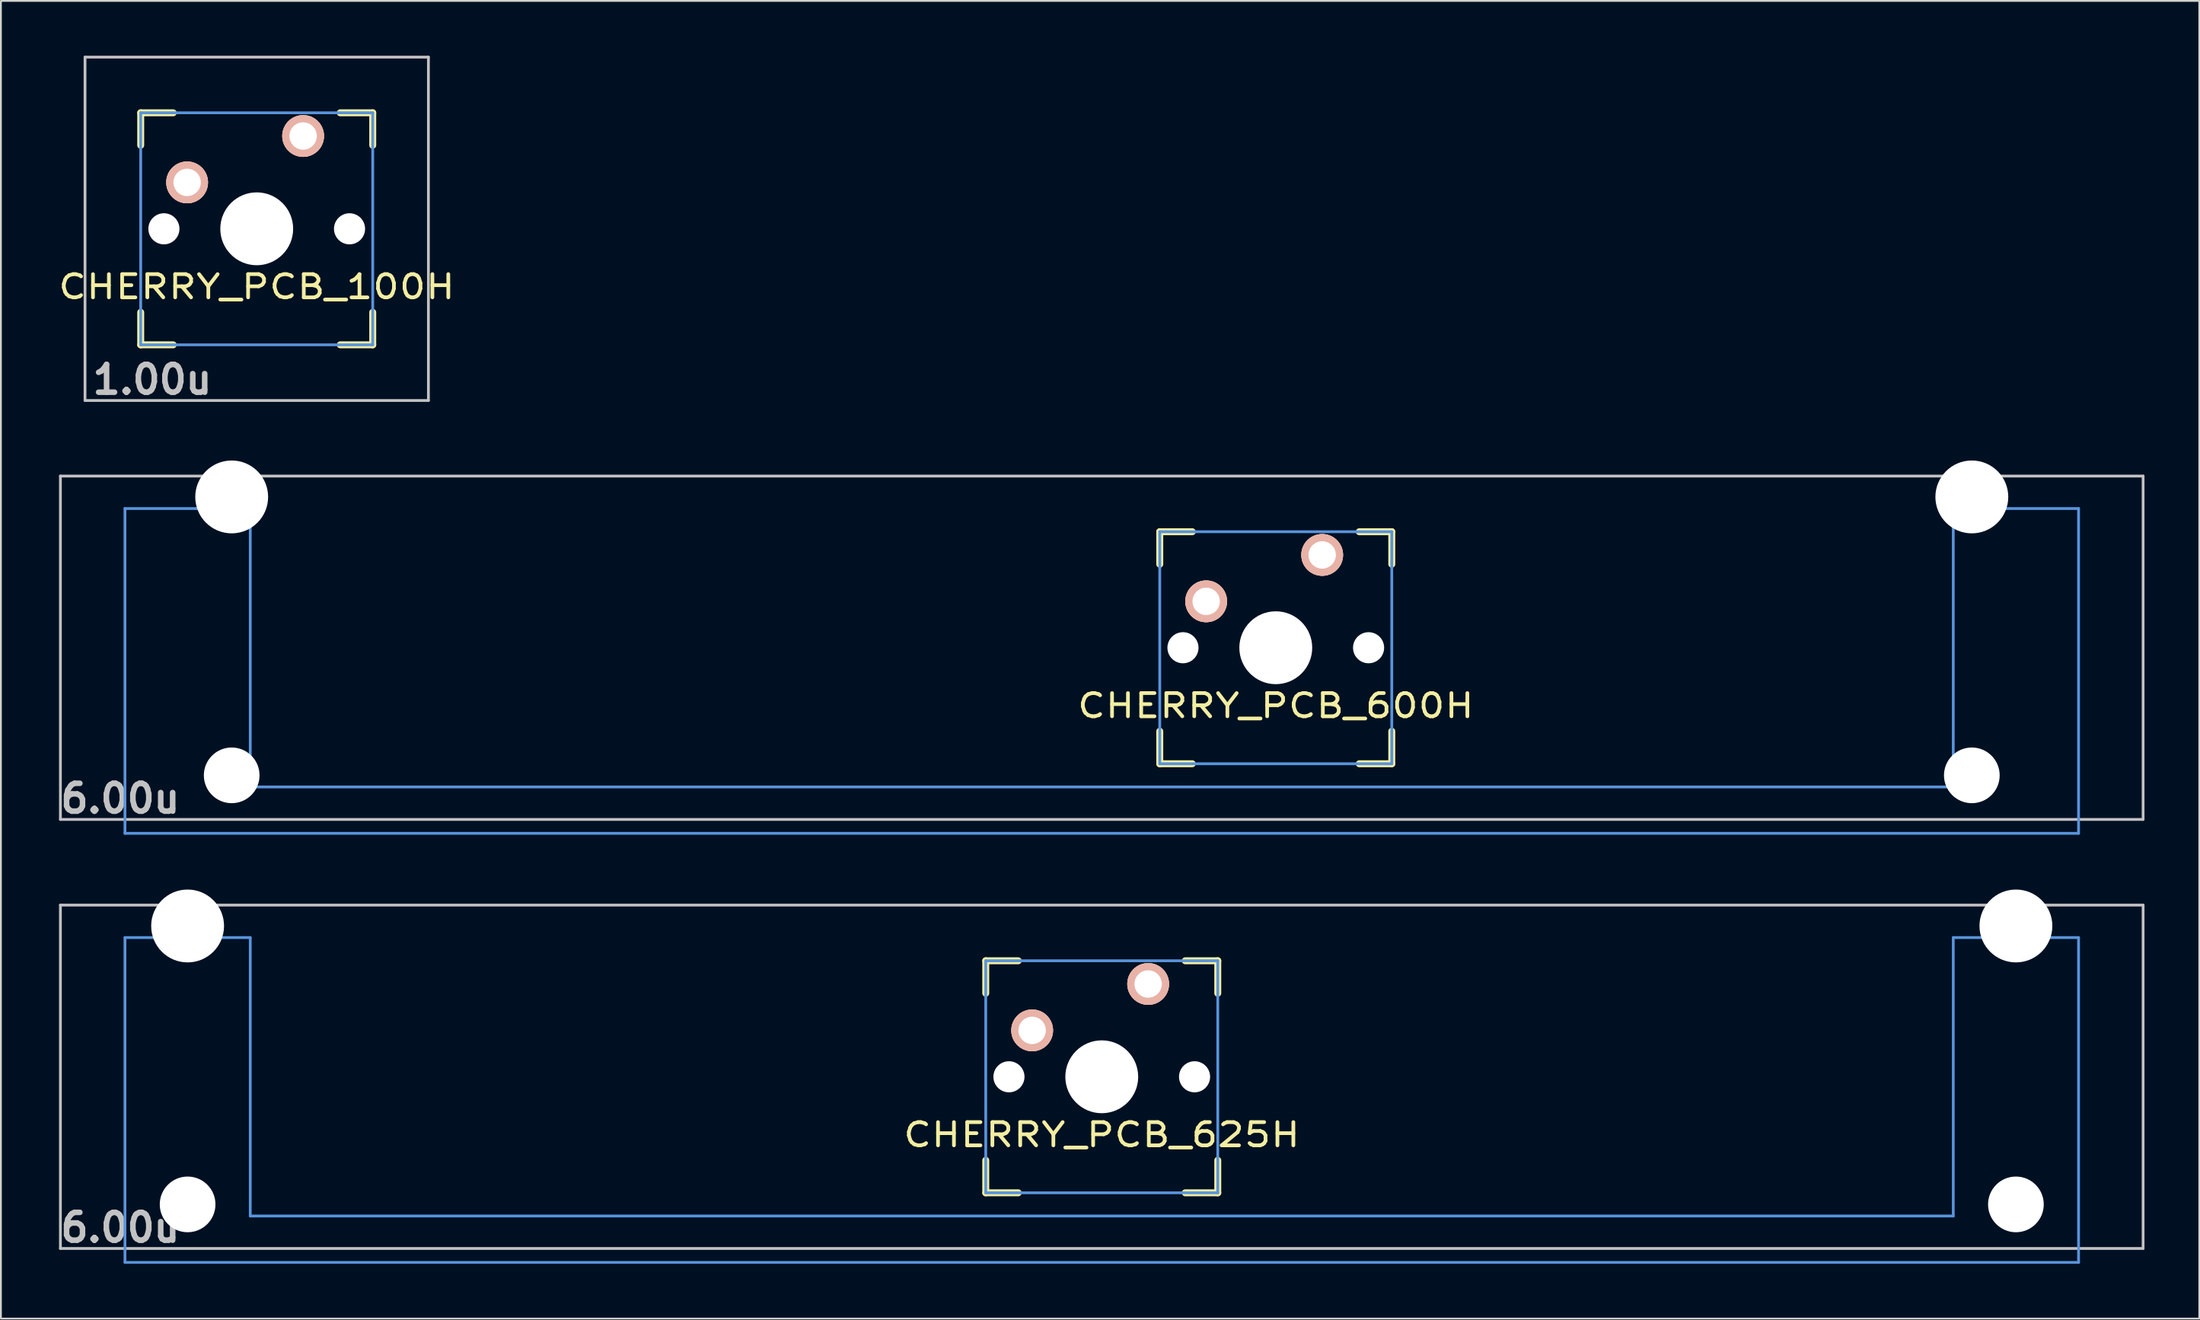
<source format=kicad_pcb>
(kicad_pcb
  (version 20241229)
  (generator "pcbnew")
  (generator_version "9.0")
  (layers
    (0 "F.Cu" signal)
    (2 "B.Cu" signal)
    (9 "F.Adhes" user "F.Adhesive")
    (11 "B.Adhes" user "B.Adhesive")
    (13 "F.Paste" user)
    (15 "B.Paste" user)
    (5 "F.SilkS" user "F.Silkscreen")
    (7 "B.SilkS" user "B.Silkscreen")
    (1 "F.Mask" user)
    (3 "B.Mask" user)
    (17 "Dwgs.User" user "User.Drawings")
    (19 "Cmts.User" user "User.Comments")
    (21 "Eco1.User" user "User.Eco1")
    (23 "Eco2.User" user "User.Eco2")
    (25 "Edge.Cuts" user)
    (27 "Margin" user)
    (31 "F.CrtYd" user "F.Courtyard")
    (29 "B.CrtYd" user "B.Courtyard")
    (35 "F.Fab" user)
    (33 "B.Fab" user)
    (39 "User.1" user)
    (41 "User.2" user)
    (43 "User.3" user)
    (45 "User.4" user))
  (footprint "CHERRY_PCB_100H"
    (layer "F.Cu")
    (at 11.002 9.474)
    (property "Reference" "CHERRY_PCB_100H" (at 0 3.175 0) (layer "F.SilkS") (effects (font (size 1.27 1.524) (thickness 0.203))))
    (attr through_hole)
    (fp_line (start -6.35 -6.35) (end -4.572 -6.35) (stroke (width 0.381) (type solid)) (layer "F.SilkS"))
    (fp_line (start -6.35 -4.572) (end -6.35 -6.35) (stroke (width 0.381) (type solid)) (layer "F.SilkS"))
    (fp_line (start -6.35 6.35) (end -6.35 4.572) (stroke (width 0.381) (type solid)) (layer "F.SilkS"))
    (fp_line (start -4.572 6.35) (end -6.35 6.35) (stroke (width 0.381) (type solid)) (layer "F.SilkS"))
    (fp_line (start 4.572 -6.35) (end 6.35 -6.35) (stroke (width 0.381) (type solid)) (layer "F.SilkS"))
    (fp_line (start 6.35 -6.35) (end 6.35 -4.572) (stroke (width 0.381) (type solid)) (layer "F.SilkS"))
    (fp_line (start 6.35 4.572) (end 6.35 6.35) (stroke (width 0.381) (type solid)) (layer "F.SilkS"))
    (fp_line (start 6.35 6.35) (end 4.572 6.35) (stroke (width 0.381) (type solid)) (layer "F.SilkS"))
    (fp_line (start -9.398 -9.398) (end 9.398 -9.398) (stroke (width 0.152) (type solid)) (layer "Dwgs.User"))
    (fp_line (start -9.398 9.398) (end -9.398 -9.398) (stroke (width 0.152) (type solid)) (layer "Dwgs.User"))
    (fp_line (start 9.398 -9.398) (end 9.398 9.398) (stroke (width 0.152) (type solid)) (layer "Dwgs.User"))
    (fp_line (start 9.398 9.398) (end -9.398 9.398) (stroke (width 0.152) (type solid)) (layer "Dwgs.User"))
    (fp_line (start -6.35 -6.35) (end 6.35 -6.35) (stroke (width 0.152) (type solid)) (layer "Cmts.User"))
    (fp_line (start -6.35 6.35) (end -6.35 -6.35) (stroke (width 0.152) (type solid)) (layer "Cmts.User"))
    (fp_line (start 6.35 -6.35) (end 6.35 6.35) (stroke (width 0.152) (type solid)) (layer "Cmts.User"))
    (fp_line (start 6.35 6.35) (end -6.35 6.35) (stroke (width 0.152) (type solid)) (layer "Cmts.User"))
    (fp_line (start -6.985 -6.985) (end 6.985 -6.985) (stroke (width 0.152) (type solid)) (layer "Eco2.User"))
    (fp_line (start -6.985 6.985) (end -6.985 -6.985) (stroke (width 0.152) (type solid)) (layer "Eco2.User"))
    (fp_line (start 6.985 -6.985) (end 6.985 6.985) (stroke (width 0.152) (type solid)) (layer "Eco2.User"))
    (fp_line (start 6.985 6.985) (end -6.985 6.985) (stroke (width 0.152) (type solid)) (layer "Eco2.User"))
    (fp_text user "1.00u" (at -5.715 8.255 0) (layer "Dwgs.User") (effects (font (size 1.524 1.524) (thickness 0.305))))
    (pad "" np_thru_hole circle (at -5.08 0) (size 1.702 1.702) (drill 1.702) (layers "*.Cu"))
    (pad "" np_thru_hole circle (at 0 0) (size 3.988 3.988) (drill 3.988) (layers "*.Cu"))
    (pad "" np_thru_hole circle (at 5.08 0) (size 1.702 1.702) (drill 1.702) (layers "*.Cu"))
    (pad "1" thru_hole circle (at 2.54 -5.08) (size 2.286 2.286) (drill 1.499) (layers "*.Cu" "*.SilkS" "*.Mask"))
    (pad "2" thru_hole circle (at -3.81 -2.54) (size 2.286 2.286) (drill 1.499) (layers "*.Cu" "*.SilkS" "*.Mask")))
  (footprint "CHERRY_PCB_600H"
    (layer "F.Cu")
    (at 66.782 32.405)
    (property "Reference" "CHERRY_PCB_600H" (at 0 3.175 0) (layer "F.SilkS") (effects (font (size 1.27 1.524) (thickness 0.203))))
    (attr through_hole)
    (fp_line (start -6.35 -6.35) (end -4.572 -6.35) (stroke (width 0.381) (type solid)) (layer "F.SilkS"))
    (fp_line (start -6.35 -4.572) (end -6.35 -6.35) (stroke (width 0.381) (type solid)) (layer "F.SilkS"))
    (fp_line (start -6.35 6.35) (end -6.35 4.572) (stroke (width 0.381) (type solid)) (layer "F.SilkS"))
    (fp_line (start -4.572 6.35) (end -6.35 6.35) (stroke (width 0.381) (type solid)) (layer "F.SilkS"))
    (fp_line (start 4.572 -6.35) (end 6.35 -6.35) (stroke (width 0.381) (type solid)) (layer "F.SilkS"))
    (fp_line (start 6.35 -6.35) (end 6.35 -4.572) (stroke (width 0.381) (type solid)) (layer "F.SilkS"))
    (fp_line (start 6.35 4.572) (end 6.35 6.35) (stroke (width 0.381) (type solid)) (layer "F.SilkS"))
    (fp_line (start 6.35 6.35) (end 4.572 6.35) (stroke (width 0.381) (type solid)) (layer "F.SilkS"))
    (fp_line (start -66.525 -9.398) (end 47.475 -9.398) (stroke (width 0.152) (type solid)) (layer "Dwgs.User"))
    (fp_line (start -66.525 9.398) (end -66.525 -9.398) (stroke (width 0.152) (type solid)) (layer "Dwgs.User"))
    (fp_line (start 47.475 -9.398) (end 47.475 9.398) (stroke (width 0.152) (type solid)) (layer "Dwgs.User"))
    (fp_line (start 47.475 9.398) (end -66.525 9.398) (stroke (width 0.152) (type solid)) (layer "Dwgs.User"))
    (fp_line (start -62.992 -7.62) (end -62.992 10.16) (stroke (width 0.152) (type solid)) (layer "Cmts.User"))
    (fp_line (start -62.992 10.16) (end 43.942 10.16) (stroke (width 0.152) (type solid)) (layer "Cmts.User"))
    (fp_line (start -56.134 -7.62) (end -62.992 -7.62) (stroke (width 0.152) (type solid)) (layer "Cmts.User"))
    (fp_line (start -56.134 7.62) (end -56.134 -7.62) (stroke (width 0.152) (type solid)) (layer "Cmts.User"))
    (fp_line (start -6.35 -6.35) (end 6.35 -6.35) (stroke (width 0.152) (type solid)) (layer "Cmts.User"))
    (fp_line (start -6.35 6.35) (end -6.35 -6.35) (stroke (width 0.152) (type solid)) (layer "Cmts.User"))
    (fp_line (start 6.35 -6.35) (end 6.35 6.35) (stroke (width 0.152) (type solid)) (layer "Cmts.User"))
    (fp_line (start 6.35 6.35) (end -6.35 6.35) (stroke (width 0.152) (type solid)) (layer "Cmts.User"))
    (fp_line (start 37.084 -7.62) (end 37.084 7.62) (stroke (width 0.152) (type solid)) (layer "Cmts.User"))
    (fp_line (start 37.084 7.62) (end -56.134 7.62) (stroke (width 0.152) (type solid)) (layer "Cmts.User"))
    (fp_line (start 43.942 -7.62) (end 37.084 -7.62) (stroke (width 0.152) (type solid)) (layer "Cmts.User"))
    (fp_line (start 43.942 10.16) (end 43.942 -7.62) (stroke (width 0.152) (type solid)) (layer "Cmts.User"))
    (fp_line (start -61.341 0.508) (end -61.341 -2.286) (stroke (width 0.152) (type solid)) (layer "Eco2.User"))
    (fp_line (start -60.477 -5.69) (end -53.823 -5.69) (stroke (width 0.152) (type solid)) (layer "Eco2.User"))
    (fp_line (start -60.477 -2.286) (end -61.341 -2.286) (stroke (width 0.152) (type solid)) (layer "Eco2.User"))
    (fp_line (start -60.477 -2.286) (end -60.477 -5.69) (stroke (width 0.152) (type solid)) (layer "Eco2.User"))
    (fp_line (start -60.477 0.508) (end -61.341 0.508) (stroke (width 0.152) (type solid)) (layer "Eco2.User"))
    (fp_line (start -60.477 6.604) (end -60.477 0.508) (stroke (width 0.152) (type solid)) (layer "Eco2.User"))
    (fp_line (start -60.477 6.604) (end -59.436 6.604) (stroke (width 0.152) (type solid)) (layer "Eco2.User"))
    (fp_line (start -59.436 7.772) (end -59.436 6.604) (stroke (width 0.152) (type solid)) (layer "Eco2.User"))
    (fp_line (start -54.864 6.604) (end -54.864 7.772) (stroke (width 0.152) (type solid)) (layer "Eco2.User"))
    (fp_line (start -54.864 7.772) (end -59.436 7.772) (stroke (width 0.152) (type solid)) (layer "Eco2.User"))
    (fp_line (start -53.823 -5.69) (end -53.823 -2.286) (stroke (width 0.152) (type solid)) (layer "Eco2.User"))
    (fp_line (start -53.823 -2.286) (end -6.985 -2.286) (stroke (width 0.152) (type solid)) (layer "Eco2.User"))
    (fp_line (start -53.823 2.286) (end -53.823 6.604) (stroke (width 0.152) (type solid)) (layer "Eco2.User"))
    (fp_line (start -53.823 6.604) (end -54.864 6.604) (stroke (width 0.152) (type solid)) (layer "Eco2.User"))
    (fp_line (start -6.985 -6.985) (end 6.985 -6.985) (stroke (width 0.152) (type solid)) (layer "Eco2.User"))
    (fp_line (start -6.985 -2.286) (end -6.985 -6.985) (stroke (width 0.152) (type solid)) (layer "Eco2.User"))
    (fp_line (start -6.985 2.286) (end -53.823 2.286) (stroke (width 0.152) (type solid)) (layer "Eco2.User"))
    (fp_line (start -6.985 6.985) (end -6.985 2.286) (stroke (width 0.152) (type solid)) (layer "Eco2.User"))
    (fp_line (start 6.985 -6.985) (end 6.985 -2.286) (stroke (width 0.152) (type solid)) (layer "Eco2.User"))
    (fp_line (start 6.985 -2.286) (end 34.773 -2.286) (stroke (width 0.152) (type solid)) (layer "Eco2.User"))
    (fp_line (start 6.985 2.286) (end 6.985 6.985) (stroke (width 0.152) (type solid)) (layer "Eco2.User"))
    (fp_line (start 6.985 6.985) (end -6.985 6.985) (stroke (width 0.152) (type solid)) (layer "Eco2.User"))
    (fp_line (start 34.773 -2.286) (end 34.773 -5.69) (stroke (width 0.152) (type solid)) (layer "Eco2.User"))
    (fp_line (start 34.773 2.286) (end 6.985 2.286) (stroke (width 0.152) (type solid)) (layer "Eco2.User"))
    (fp_line (start 34.773 6.604) (end 34.773 2.286) (stroke (width 0.152) (type solid)) (layer "Eco2.User"))
    (fp_line (start 34.773 6.604) (end 35.814 6.604) (stroke (width 0.152) (type solid)) (layer "Eco2.User"))
    (fp_line (start 35.814 7.772) (end 35.814 6.604) (stroke (width 0.152) (type solid)) (layer "Eco2.User"))
    (fp_line (start 40.386 6.604) (end 40.386 7.772) (stroke (width 0.152) (type solid)) (layer "Eco2.User"))
    (fp_line (start 40.386 7.772) (end 35.814 7.772) (stroke (width 0.152) (type solid)) (layer "Eco2.User"))
    (fp_line (start 41.427 -5.69) (end 34.773 -5.69) (stroke (width 0.152) (type solid)) (layer "Eco2.User"))
    (fp_line (start 41.427 -5.69) (end 41.427 -2.286) (stroke (width 0.152) (type solid)) (layer "Eco2.User"))
    (fp_line (start 41.427 -2.286) (end 42.291 -2.286) (stroke (width 0.152) (type solid)) (layer "Eco2.User"))
    (fp_line (start 41.427 0.508) (end 41.427 6.604) (stroke (width 0.152) (type solid)) (layer "Eco2.User"))
    (fp_line (start 41.427 6.604) (end 40.386 6.604) (stroke (width 0.152) (type solid)) (layer "Eco2.User"))
    (fp_line (start 42.291 -2.286) (end 42.291 0.508) (stroke (width 0.152) (type solid)) (layer "Eco2.User"))
    (fp_line (start 42.291 0.508) (end 41.427 0.508) (stroke (width 0.152) (type solid)) (layer "Eco2.User"))
    (fp_text user "6.00u" (at -63.248 8.255 0) (layer "Dwgs.User") (effects (font (size 1.524 1.524) (thickness 0.305))))
    (pad "" np_thru_hole circle (at -57.15 -8.255) (size 3.988 3.988) (drill 3.988) (layers "*.Cu"))
    (pad "" np_thru_hole circle (at -57.15 6.985) (size 3.048 3.048) (drill 3.048) (layers "*.Cu"))
    (pad "" np_thru_hole circle (at -5.08 0) (size 1.702 1.702) (drill 1.702) (layers "*.Cu"))
    (pad "" np_thru_hole circle (at 0 0) (size 3.988 3.988) (drill 3.988) (layers "*.Cu"))
    (pad "" np_thru_hole circle (at 5.08 0) (size 1.702 1.702) (drill 1.702) (layers "*.Cu"))
    (pad "" np_thru_hole circle (at 38.1 -8.255) (size 3.988 3.988) (drill 3.988) (layers "*.Cu"))
    (pad "" np_thru_hole circle (at 38.1 6.985) (size 3.048 3.048) (drill 3.048) (layers "*.Cu"))
    (pad "1" thru_hole circle (at 2.54 -5.08) (size 2.286 2.286) (drill 1.499) (layers "*.Cu" "*.SilkS" "*.Mask"))
    (pad "2" thru_hole circle (at -3.81 -2.54) (size 2.286 2.286) (drill 1.499) (layers "*.Cu" "*.SilkS" "*.Mask")))
  (footprint "CHERRY_PCB_625H"
    (layer "F.Cu")
    (at 57.257 55.89)
    (property "Reference" "CHERRY_PCB_625H" (at 0 3.175 0) (layer "F.SilkS") (effects (font (size 1.27 1.524) (thickness 0.203))))
    (attr through_hole)
    (fp_line (start -6.35 -6.35) (end -4.572 -6.35) (stroke (width 0.381) (type solid)) (layer "F.SilkS"))
    (fp_line (start -6.35 -4.572) (end -6.35 -6.35) (stroke (width 0.381) (type solid)) (layer "F.SilkS"))
    (fp_line (start -6.35 6.35) (end -6.35 4.572) (stroke (width 0.381) (type solid)) (layer "F.SilkS"))
    (fp_line (start -4.572 6.35) (end -6.35 6.35) (stroke (width 0.381) (type solid)) (layer "F.SilkS"))
    (fp_line (start 4.572 -6.35) (end 6.35 -6.35) (stroke (width 0.381) (type solid)) (layer "F.SilkS"))
    (fp_line (start 6.35 -6.35) (end 6.35 -4.572) (stroke (width 0.381) (type solid)) (layer "F.SilkS"))
    (fp_line (start 6.35 4.572) (end 6.35 6.35) (stroke (width 0.381) (type solid)) (layer "F.SilkS"))
    (fp_line (start 6.35 6.35) (end 4.572 6.35) (stroke (width 0.381) (type solid)) (layer "F.SilkS"))
    (fp_line (start -57 -9.398) (end 57 -9.398) (stroke (width 0.152) (type solid)) (layer "Dwgs.User"))
    (fp_line (start -57 9.398) (end -57 -9.398) (stroke (width 0.152) (type solid)) (layer "Dwgs.User"))
    (fp_line (start 57 -9.398) (end 57 9.398) (stroke (width 0.152) (type solid)) (layer "Dwgs.User"))
    (fp_line (start 57 9.398) (end -57 9.398) (stroke (width 0.152) (type solid)) (layer "Dwgs.User"))
    (fp_line (start -53.467 -7.62) (end -53.467 10.16) (stroke (width 0.152) (type solid)) (layer "Cmts.User"))
    (fp_line (start -53.467 10.16) (end 53.467 10.16) (stroke (width 0.152) (type solid)) (layer "Cmts.User"))
    (fp_line (start -46.609 -7.62) (end -53.467 -7.62) (stroke (width 0.152) (type solid)) (layer "Cmts.User"))
    (fp_line (start -46.609 7.62) (end -46.609 -7.62) (stroke (width 0.152) (type solid)) (layer "Cmts.User"))
    (fp_line (start -6.35 -6.35) (end 6.35 -6.35) (stroke (width 0.152) (type solid)) (layer "Cmts.User"))
    (fp_line (start -6.35 6.35) (end -6.35 -6.35) (stroke (width 0.152) (type solid)) (layer "Cmts.User"))
    (fp_line (start 6.35 -6.35) (end 6.35 6.35) (stroke (width 0.152) (type solid)) (layer "Cmts.User"))
    (fp_line (start 6.35 6.35) (end -6.35 6.35) (stroke (width 0.152) (type solid)) (layer "Cmts.User"))
    (fp_line (start 46.609 -7.62) (end 46.609 7.62) (stroke (width 0.152) (type solid)) (layer "Cmts.User"))
    (fp_line (start 46.609 7.62) (end -46.609 7.62) (stroke (width 0.152) (type solid)) (layer "Cmts.User"))
    (fp_line (start 53.467 -7.62) (end 46.609 -7.62) (stroke (width 0.152) (type solid)) (layer "Cmts.User"))
    (fp_line (start 53.467 10.16) (end 53.467 -7.62) (stroke (width 0.152) (type solid)) (layer "Cmts.User"))
    (fp_line (start -54.229 -2.286) (end -53.365 -2.286) (stroke (width 0.152) (type solid)) (layer "Eco2.User"))
    (fp_line (start -54.229 0.508) (end -54.229 -2.286) (stroke (width 0.152) (type solid)) (layer "Eco2.User"))
    (fp_line (start -53.365 -5.69) (end -46.711 -5.69) (stroke (width 0.152) (type solid)) (layer "Eco2.User"))
    (fp_line (start -53.365 -2.286) (end -53.365 -5.69) (stroke (width 0.152) (type solid)) (layer "Eco2.User"))
    (fp_line (start -53.365 0.508) (end -54.229 0.508) (stroke (width 0.152) (type solid)) (layer "Eco2.User"))
    (fp_line (start -53.365 6.604) (end -53.365 0.508) (stroke (width 0.152) (type solid)) (layer "Eco2.User"))
    (fp_line (start -52.324 6.604) (end -53.365 6.604) (stroke (width 0.152) (type solid)) (layer "Eco2.User"))
    (fp_line (start -52.324 7.772) (end -52.324 6.604) (stroke (width 0.152) (type solid)) (layer "Eco2.User"))
    (fp_line (start -47.752 6.604) (end -47.752 7.772) (stroke (width 0.152) (type solid)) (layer "Eco2.User"))
    (fp_line (start -47.752 7.772) (end -52.324 7.772) (stroke (width 0.152) (type solid)) (layer "Eco2.User"))
    (fp_line (start -46.711 -5.69) (end -46.711 -2.286) (stroke (width 0.152) (type solid)) (layer "Eco2.User"))
    (fp_line (start -46.711 -2.286) (end -6.985 -2.286) (stroke (width 0.152) (type solid)) (layer "Eco2.User"))
    (fp_line (start -46.711 2.286) (end -46.711 6.604) (stroke (width 0.152) (type solid)) (layer "Eco2.User"))
    (fp_line (start -46.711 6.604) (end -47.752 6.604) (stroke (width 0.152) (type solid)) (layer "Eco2.User"))
    (fp_line (start -6.985 -6.985) (end 6.985 -6.985) (stroke (width 0.152) (type solid)) (layer "Eco2.User"))
    (fp_line (start -6.985 -2.286) (end -6.985 -6.985) (stroke (width 0.152) (type solid)) (layer "Eco2.User"))
    (fp_line (start -6.985 2.286) (end -46.711 2.286) (stroke (width 0.152) (type solid)) (layer "Eco2.User"))
    (fp_line (start -6.985 6.985) (end -6.985 2.286) (stroke (width 0.152) (type solid)) (layer "Eco2.User"))
    (fp_line (start 6.985 -6.985) (end 6.985 -2.286) (stroke (width 0.152) (type solid)) (layer "Eco2.User"))
    (fp_line (start 6.985 -2.286) (end 46.711 -2.286) (stroke (width 0.152) (type solid)) (layer "Eco2.User"))
    (fp_line (start 6.985 2.286) (end 6.985 6.985) (stroke (width 0.152) (type solid)) (layer "Eco2.User"))
    (fp_line (start 6.985 6.985) (end -6.985 6.985) (stroke (width 0.152) (type solid)) (layer "Eco2.User"))
    (fp_line (start 46.711 -5.69) (end 53.365 -5.69) (stroke (width 0.152) (type solid)) (layer "Eco2.User"))
    (fp_line (start 46.711 -2.286) (end 46.711 -5.69) (stroke (width 0.152) (type solid)) (layer "Eco2.User"))
    (fp_line (start 46.711 2.286) (end 6.985 2.286) (stroke (width 0.152) (type solid)) (layer "Eco2.User"))
    (fp_line (start 46.711 6.604) (end 46.711 2.286) (stroke (width 0.152) (type solid)) (layer "Eco2.User"))
    (fp_line (start 47.752 6.604) (end 46.711 6.604) (stroke (width 0.152) (type solid)) (layer "Eco2.User"))
    (fp_line (start 47.752 7.772) (end 47.752 6.604) (stroke (width 0.152) (type solid)) (layer "Eco2.User"))
    (fp_line (start 52.324 6.604) (end 52.324 7.772) (stroke (width 0.152) (type solid)) (layer "Eco2.User"))
    (fp_line (start 52.324 7.772) (end 47.752 7.772) (stroke (width 0.152) (type solid)) (layer "Eco2.User"))
    (fp_line (start 53.365 -5.69) (end 53.365 -2.286) (stroke (width 0.152) (type solid)) (layer "Eco2.User"))
    (fp_line (start 53.365 -2.286) (end 54.229 -2.286) (stroke (width 0.152) (type solid)) (layer "Eco2.User"))
    (fp_line (start 53.365 0.508) (end 53.365 6.604) (stroke (width 0.152) (type solid)) (layer "Eco2.User"))
    (fp_line (start 53.365 6.604) (end 52.324 6.604) (stroke (width 0.152) (type solid)) (layer "Eco2.User"))
    (fp_line (start 54.229 -2.286) (end 54.229 0.508) (stroke (width 0.152) (type solid)) (layer "Eco2.User"))
    (fp_line (start 54.229 0.508) (end 53.365 0.508) (stroke (width 0.152) (type solid)) (layer "Eco2.User"))
    (fp_text user "6.00u" (at -53.723 8.255 0) (layer "Dwgs.User") (effects (font (size 1.524 1.524) (thickness 0.305))))
    (pad "" np_thru_hole circle (at -50.038 -8.255) (size 3.988 3.988) (drill 3.988) (layers "*.Cu"))
    (pad "" np_thru_hole circle (at -50.038 6.985) (size 3.048 3.048) (drill 3.048) (layers "*.Cu"))
    (pad "" np_thru_hole circle (at -5.08 0) (size 1.702 1.702) (drill 1.702) (layers "*.Cu"))
    (pad "" np_thru_hole circle (at 0 0) (size 3.988 3.988) (drill 3.988) (layers "*.Cu"))
    (pad "" np_thru_hole circle (at 5.08 0) (size 1.702 1.702) (drill 1.702) (layers "*.Cu"))
    (pad "" np_thru_hole circle (at 50.038 -8.255) (size 3.988 3.988) (drill 3.988) (layers "*.Cu"))
    (pad "" np_thru_hole circle (at 50.038 6.985) (size 3.048 3.048) (drill 3.048) (layers "*.Cu"))
    (pad "1" thru_hole circle (at 2.54 -5.08) (size 2.286 2.286) (drill 1.499) (layers "*.Cu" "*.SilkS" "*.Mask"))
    (pad "2" thru_hole circle (at -3.81 -2.54) (size 2.286 2.286) (drill 1.499) (layers "*.Cu" "*.SilkS" "*.Mask")))
  (gr_rect
    (start -3 -3)
    (end 117.333 69.126)
    (stroke (width 0.1) (type default))
    (fill no)
    (layer "Edge.Cuts")))
</source>
